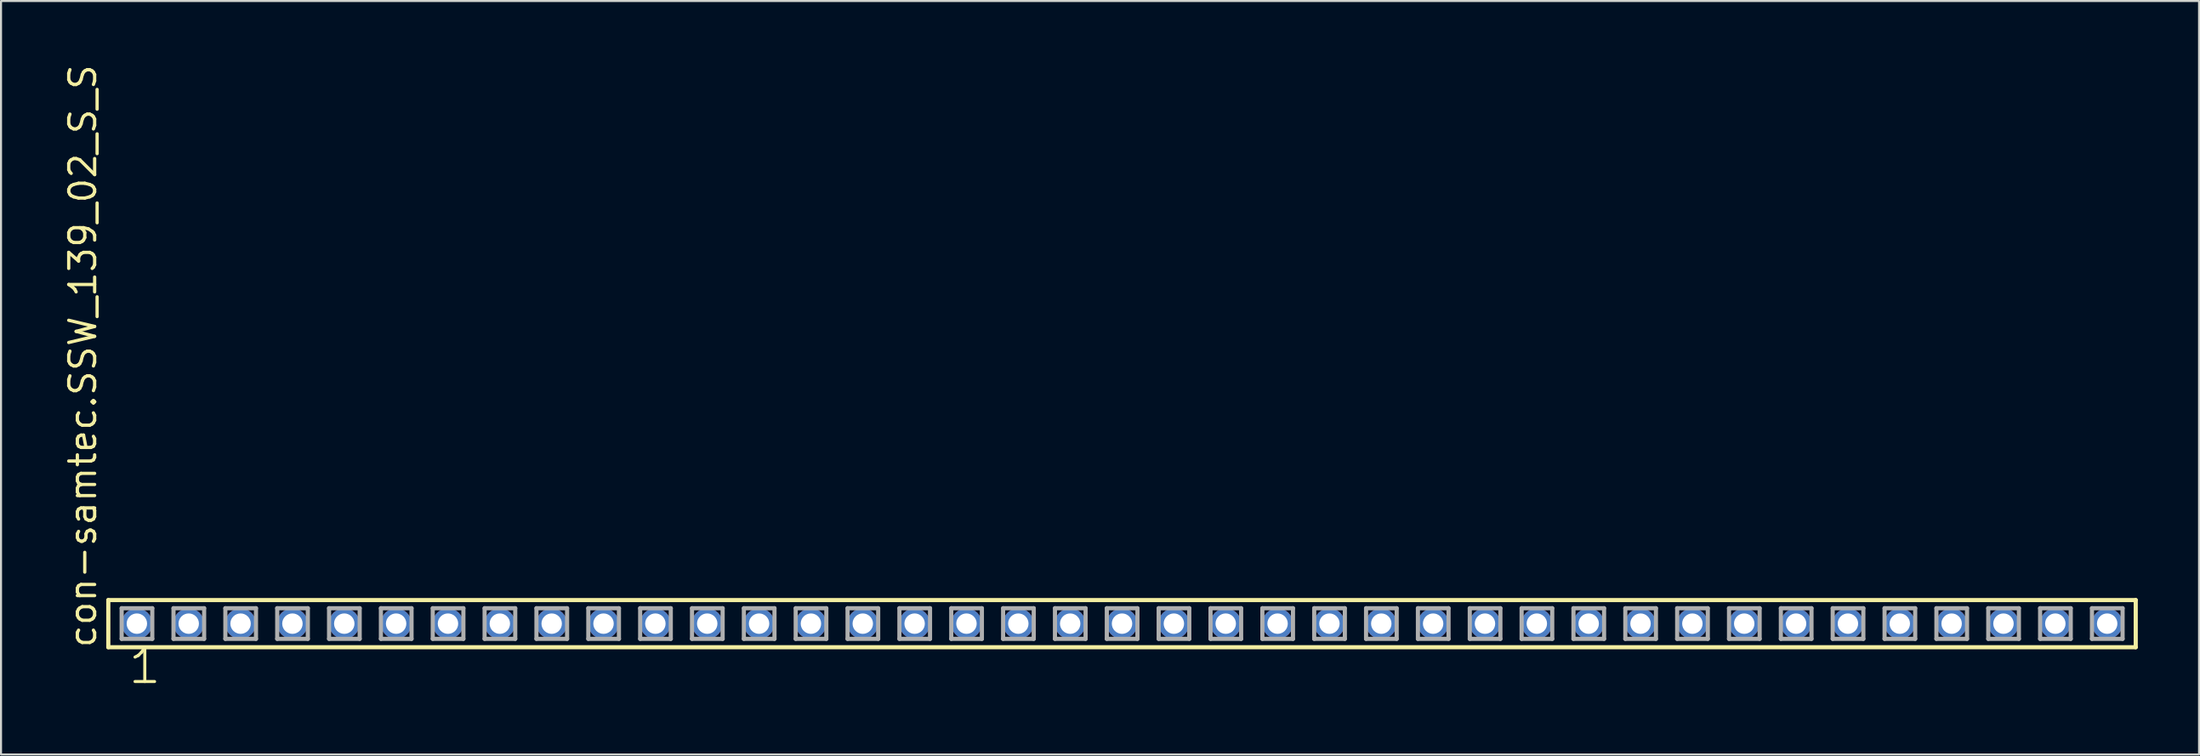
<source format=kicad_pcb>
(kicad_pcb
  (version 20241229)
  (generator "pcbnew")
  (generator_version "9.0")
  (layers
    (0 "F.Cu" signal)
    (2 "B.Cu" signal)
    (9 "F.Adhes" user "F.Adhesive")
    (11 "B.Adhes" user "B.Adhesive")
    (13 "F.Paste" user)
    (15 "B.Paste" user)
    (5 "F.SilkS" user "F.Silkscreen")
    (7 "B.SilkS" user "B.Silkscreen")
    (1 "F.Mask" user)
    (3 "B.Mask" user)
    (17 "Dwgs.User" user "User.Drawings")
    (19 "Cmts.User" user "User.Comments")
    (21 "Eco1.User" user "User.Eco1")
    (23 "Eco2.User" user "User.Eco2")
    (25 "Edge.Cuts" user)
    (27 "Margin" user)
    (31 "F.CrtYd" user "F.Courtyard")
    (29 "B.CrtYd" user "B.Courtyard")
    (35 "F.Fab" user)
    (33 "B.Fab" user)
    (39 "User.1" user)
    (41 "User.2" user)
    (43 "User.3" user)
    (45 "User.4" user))
  (footprint "con-samtec.SSW_139_02_S_S"
    (layer "F.Cu")
    (at 51.915 27.501)
    (property "Reference" "con-samtec.SSW_139_02_S_S" (at -50.165 1.27 90) (layer "F.SilkS") (effects (font (size 1.27 1.27) (thickness 0.16)) (justify left bottom)))
    (attr through_hole)
    (fp_line (start -49.659 -1.155) (end 49.659 -1.155) (stroke (width 0.203) (type default)) (layer "F.SilkS"))
    (fp_line (start -49.659 1.155) (end -49.659 -1.155) (stroke (width 0.203) (type default)) (layer "F.SilkS"))
    (fp_line (start 49.659 -1.155) (end 49.659 1.155) (stroke (width 0.203) (type default)) (layer "F.SilkS"))
    (fp_line (start 49.659 1.155) (end -49.659 1.155) (stroke (width 0.203) (type default)) (layer "F.SilkS"))
    (fp_line (start -49.005 -0.755) (end -47.505 -0.755) (stroke (width 0.203) (type default)) (layer "F.Fab"))
    (fp_line (start -49.005 0.745) (end -49.005 -0.755) (stroke (width 0.203) (type default)) (layer "F.Fab"))
    (fp_line (start -47.505 -0.755) (end -47.505 0.745) (stroke (width 0.203) (type default)) (layer "F.Fab"))
    (fp_line (start -47.505 0.745) (end -49.005 0.745) (stroke (width 0.203) (type default)) (layer "F.Fab"))
    (fp_line (start -46.465 -0.755) (end -44.965 -0.755) (stroke (width 0.203) (type default)) (layer "F.Fab"))
    (fp_line (start -46.465 0.745) (end -46.465 -0.755) (stroke (width 0.203) (type default)) (layer "F.Fab"))
    (fp_line (start -44.965 -0.755) (end -44.965 0.745) (stroke (width 0.203) (type default)) (layer "F.Fab"))
    (fp_line (start -44.965 0.745) (end -46.465 0.745) (stroke (width 0.203) (type default)) (layer "F.Fab"))
    (fp_line (start -43.925 -0.755) (end -42.425 -0.755) (stroke (width 0.203) (type default)) (layer "F.Fab"))
    (fp_line (start -43.925 0.745) (end -43.925 -0.755) (stroke (width 0.203) (type default)) (layer "F.Fab"))
    (fp_line (start -42.425 -0.755) (end -42.425 0.745) (stroke (width 0.203) (type default)) (layer "F.Fab"))
    (fp_line (start -42.425 0.745) (end -43.925 0.745) (stroke (width 0.203) (type default)) (layer "F.Fab"))
    (fp_line (start -41.385 -0.755) (end -39.885 -0.755) (stroke (width 0.203) (type default)) (layer "F.Fab"))
    (fp_line (start -41.385 0.745) (end -41.385 -0.755) (stroke (width 0.203) (type default)) (layer "F.Fab"))
    (fp_line (start -39.885 -0.755) (end -39.885 0.745) (stroke (width 0.203) (type default)) (layer "F.Fab"))
    (fp_line (start -39.885 0.745) (end -41.385 0.745) (stroke (width 0.203) (type default)) (layer "F.Fab"))
    (fp_line (start -38.845 -0.755) (end -37.345 -0.755) (stroke (width 0.203) (type default)) (layer "F.Fab"))
    (fp_line (start -38.845 0.745) (end -38.845 -0.755) (stroke (width 0.203) (type default)) (layer "F.Fab"))
    (fp_line (start -37.345 -0.755) (end -37.345 0.745) (stroke (width 0.203) (type default)) (layer "F.Fab"))
    (fp_line (start -37.345 0.745) (end -38.845 0.745) (stroke (width 0.203) (type default)) (layer "F.Fab"))
    (fp_line (start -36.305 -0.755) (end -34.805 -0.755) (stroke (width 0.203) (type default)) (layer "F.Fab"))
    (fp_line (start -36.305 0.745) (end -36.305 -0.755) (stroke (width 0.203) (type default)) (layer "F.Fab"))
    (fp_line (start -34.805 -0.755) (end -34.805 0.745) (stroke (width 0.203) (type default)) (layer "F.Fab"))
    (fp_line (start -34.805 0.745) (end -36.305 0.745) (stroke (width 0.203) (type default)) (layer "F.Fab"))
    (fp_line (start -33.765 -0.755) (end -32.265 -0.755) (stroke (width 0.203) (type default)) (layer "F.Fab"))
    (fp_line (start -33.765 0.745) (end -33.765 -0.755) (stroke (width 0.203) (type default)) (layer "F.Fab"))
    (fp_line (start -32.265 -0.755) (end -32.265 0.745) (stroke (width 0.203) (type default)) (layer "F.Fab"))
    (fp_line (start -32.265 0.745) (end -33.765 0.745) (stroke (width 0.203) (type default)) (layer "F.Fab"))
    (fp_line (start -31.225 -0.755) (end -29.725 -0.755) (stroke (width 0.203) (type default)) (layer "F.Fab"))
    (fp_line (start -31.225 0.745) (end -31.225 -0.755) (stroke (width 0.203) (type default)) (layer "F.Fab"))
    (fp_line (start -29.725 -0.755) (end -29.725 0.745) (stroke (width 0.203) (type default)) (layer "F.Fab"))
    (fp_line (start -29.725 0.745) (end -31.225 0.745) (stroke (width 0.203) (type default)) (layer "F.Fab"))
    (fp_line (start -28.685 -0.755) (end -27.185 -0.755) (stroke (width 0.203) (type default)) (layer "F.Fab"))
    (fp_line (start -28.685 0.745) (end -28.685 -0.755) (stroke (width 0.203) (type default)) (layer "F.Fab"))
    (fp_line (start -27.185 -0.755) (end -27.185 0.745) (stroke (width 0.203) (type default)) (layer "F.Fab"))
    (fp_line (start -27.185 0.745) (end -28.685 0.745) (stroke (width 0.203) (type default)) (layer "F.Fab"))
    (fp_line (start -26.145 -0.755) (end -24.645 -0.755) (stroke (width 0.203) (type default)) (layer "F.Fab"))
    (fp_line (start -26.145 0.745) (end -26.145 -0.755) (stroke (width 0.203) (type default)) (layer "F.Fab"))
    (fp_line (start -24.645 -0.755) (end -24.645 0.745) (stroke (width 0.203) (type default)) (layer "F.Fab"))
    (fp_line (start -24.645 0.745) (end -26.145 0.745) (stroke (width 0.203) (type default)) (layer "F.Fab"))
    (fp_line (start -23.605 -0.755) (end -22.105 -0.755) (stroke (width 0.203) (type default)) (layer "F.Fab"))
    (fp_line (start -23.605 0.745) (end -23.605 -0.755) (stroke (width 0.203) (type default)) (layer "F.Fab"))
    (fp_line (start -22.105 -0.755) (end -22.105 0.745) (stroke (width 0.203) (type default)) (layer "F.Fab"))
    (fp_line (start -22.105 0.745) (end -23.605 0.745) (stroke (width 0.203) (type default)) (layer "F.Fab"))
    (fp_line (start -21.065 -0.755) (end -19.565 -0.755) (stroke (width 0.203) (type default)) (layer "F.Fab"))
    (fp_line (start -21.065 0.745) (end -21.065 -0.755) (stroke (width 0.203) (type default)) (layer "F.Fab"))
    (fp_line (start -19.565 -0.755) (end -19.565 0.745) (stroke (width 0.203) (type default)) (layer "F.Fab"))
    (fp_line (start -19.565 0.745) (end -21.065 0.745) (stroke (width 0.203) (type default)) (layer "F.Fab"))
    (fp_line (start -18.525 -0.755) (end -17.025 -0.755) (stroke (width 0.203) (type default)) (layer "F.Fab"))
    (fp_line (start -18.525 0.745) (end -18.525 -0.755) (stroke (width 0.203) (type default)) (layer "F.Fab"))
    (fp_line (start -17.025 -0.755) (end -17.025 0.745) (stroke (width 0.203) (type default)) (layer "F.Fab"))
    (fp_line (start -17.025 0.745) (end -18.525 0.745) (stroke (width 0.203) (type default)) (layer "F.Fab"))
    (fp_line (start -15.985 -0.755) (end -14.485 -0.755) (stroke (width 0.203) (type default)) (layer "F.Fab"))
    (fp_line (start -15.985 0.745) (end -15.985 -0.755) (stroke (width 0.203) (type default)) (layer "F.Fab"))
    (fp_line (start -14.485 -0.755) (end -14.485 0.745) (stroke (width 0.203) (type default)) (layer "F.Fab"))
    (fp_line (start -14.485 0.745) (end -15.985 0.745) (stroke (width 0.203) (type default)) (layer "F.Fab"))
    (fp_line (start -13.445 -0.755) (end -11.945 -0.755) (stroke (width 0.203) (type default)) (layer "F.Fab"))
    (fp_line (start -13.445 0.745) (end -13.445 -0.755) (stroke (width 0.203) (type default)) (layer "F.Fab"))
    (fp_line (start -11.945 -0.755) (end -11.945 0.745) (stroke (width 0.203) (type default)) (layer "F.Fab"))
    (fp_line (start -11.945 0.745) (end -13.445 0.745) (stroke (width 0.203) (type default)) (layer "F.Fab"))
    (fp_line (start -10.905 -0.755) (end -9.405 -0.755) (stroke (width 0.203) (type default)) (layer "F.Fab"))
    (fp_line (start -10.905 0.745) (end -10.905 -0.755) (stroke (width 0.203) (type default)) (layer "F.Fab"))
    (fp_line (start -9.405 -0.755) (end -9.405 0.745) (stroke (width 0.203) (type default)) (layer "F.Fab"))
    (fp_line (start -9.405 0.745) (end -10.905 0.745) (stroke (width 0.203) (type default)) (layer "F.Fab"))
    (fp_line (start -8.365 -0.755) (end -6.865 -0.755) (stroke (width 0.203) (type default)) (layer "F.Fab"))
    (fp_line (start -8.365 0.745) (end -8.365 -0.755) (stroke (width 0.203) (type default)) (layer "F.Fab"))
    (fp_line (start -6.865 -0.755) (end -6.865 0.745) (stroke (width 0.203) (type default)) (layer "F.Fab"))
    (fp_line (start -6.865 0.745) (end -8.365 0.745) (stroke (width 0.203) (type default)) (layer "F.Fab"))
    (fp_line (start -5.825 -0.755) (end -4.325 -0.755) (stroke (width 0.203) (type default)) (layer "F.Fab"))
    (fp_line (start -5.825 0.745) (end -5.825 -0.755) (stroke (width 0.203) (type default)) (layer "F.Fab"))
    (fp_line (start -4.325 -0.755) (end -4.325 0.745) (stroke (width 0.203) (type default)) (layer "F.Fab"))
    (fp_line (start -4.325 0.745) (end -5.825 0.745) (stroke (width 0.203) (type default)) (layer "F.Fab"))
    (fp_line (start -3.285 -0.755) (end -1.785 -0.755) (stroke (width 0.203) (type default)) (layer "F.Fab"))
    (fp_line (start -3.285 0.745) (end -3.285 -0.755) (stroke (width 0.203) (type default)) (layer "F.Fab"))
    (fp_line (start -1.785 -0.755) (end -1.785 0.745) (stroke (width 0.203) (type default)) (layer "F.Fab"))
    (fp_line (start -1.785 0.745) (end -3.285 0.745) (stroke (width 0.203) (type default)) (layer "F.Fab"))
    (fp_line (start -0.745 -0.755) (end 0.755 -0.755) (stroke (width 0.203) (type default)) (layer "F.Fab"))
    (fp_line (start -0.745 0.745) (end -0.745 -0.755) (stroke (width 0.203) (type default)) (layer "F.Fab"))
    (fp_line (start 0.755 -0.755) (end 0.755 0.745) (stroke (width 0.203) (type default)) (layer "F.Fab"))
    (fp_line (start 0.755 0.745) (end -0.745 0.745) (stroke (width 0.203) (type default)) (layer "F.Fab"))
    (fp_line (start 1.795 -0.755) (end 3.295 -0.755) (stroke (width 0.203) (type default)) (layer "F.Fab"))
    (fp_line (start 1.795 0.745) (end 1.795 -0.755) (stroke (width 0.203) (type default)) (layer "F.Fab"))
    (fp_line (start 3.295 -0.755) (end 3.295 0.745) (stroke (width 0.203) (type default)) (layer "F.Fab"))
    (fp_line (start 3.295 0.745) (end 1.795 0.745) (stroke (width 0.203) (type default)) (layer "F.Fab"))
    (fp_line (start 4.335 -0.755) (end 5.835 -0.755) (stroke (width 0.203) (type default)) (layer "F.Fab"))
    (fp_line (start 4.335 0.745) (end 4.335 -0.755) (stroke (width 0.203) (type default)) (layer "F.Fab"))
    (fp_line (start 5.835 -0.755) (end 5.835 0.745) (stroke (width 0.203) (type default)) (layer "F.Fab"))
    (fp_line (start 5.835 0.745) (end 4.335 0.745) (stroke (width 0.203) (type default)) (layer "F.Fab"))
    (fp_line (start 6.875 -0.755) (end 8.375 -0.755) (stroke (width 0.203) (type default)) (layer "F.Fab"))
    (fp_line (start 6.875 0.745) (end 6.875 -0.755) (stroke (width 0.203) (type default)) (layer "F.Fab"))
    (fp_line (start 8.375 -0.755) (end 8.375 0.745) (stroke (width 0.203) (type default)) (layer "F.Fab"))
    (fp_line (start 8.375 0.745) (end 6.875 0.745) (stroke (width 0.203) (type default)) (layer "F.Fab"))
    (fp_line (start 9.415 -0.755) (end 10.915 -0.755) (stroke (width 0.203) (type default)) (layer "F.Fab"))
    (fp_line (start 9.415 0.745) (end 9.415 -0.755) (stroke (width 0.203) (type default)) (layer "F.Fab"))
    (fp_line (start 10.915 -0.755) (end 10.915 0.745) (stroke (width 0.203) (type default)) (layer "F.Fab"))
    (fp_line (start 10.915 0.745) (end 9.415 0.745) (stroke (width 0.203) (type default)) (layer "F.Fab"))
    (fp_line (start 11.955 -0.755) (end 13.455 -0.755) (stroke (width 0.203) (type default)) (layer "F.Fab"))
    (fp_line (start 11.955 0.745) (end 11.955 -0.755) (stroke (width 0.203) (type default)) (layer "F.Fab"))
    (fp_line (start 13.455 -0.755) (end 13.455 0.745) (stroke (width 0.203) (type default)) (layer "F.Fab"))
    (fp_line (start 13.455 0.745) (end 11.955 0.745) (stroke (width 0.203) (type default)) (layer "F.Fab"))
    (fp_line (start 14.495 -0.755) (end 15.995 -0.755) (stroke (width 0.203) (type default)) (layer "F.Fab"))
    (fp_line (start 14.495 0.745) (end 14.495 -0.755) (stroke (width 0.203) (type default)) (layer "F.Fab"))
    (fp_line (start 15.995 -0.755) (end 15.995 0.745) (stroke (width 0.203) (type default)) (layer "F.Fab"))
    (fp_line (start 15.995 0.745) (end 14.495 0.745) (stroke (width 0.203) (type default)) (layer "F.Fab"))
    (fp_line (start 17.035 -0.755) (end 18.535 -0.755) (stroke (width 0.203) (type default)) (layer "F.Fab"))
    (fp_line (start 17.035 0.745) (end 17.035 -0.755) (stroke (width 0.203) (type default)) (layer "F.Fab"))
    (fp_line (start 18.535 -0.755) (end 18.535 0.745) (stroke (width 0.203) (type default)) (layer "F.Fab"))
    (fp_line (start 18.535 0.745) (end 17.035 0.745) (stroke (width 0.203) (type default)) (layer "F.Fab"))
    (fp_line (start 19.575 -0.755) (end 21.075 -0.755) (stroke (width 0.203) (type default)) (layer "F.Fab"))
    (fp_line (start 19.575 0.745) (end 19.575 -0.755) (stroke (width 0.203) (type default)) (layer "F.Fab"))
    (fp_line (start 21.075 -0.755) (end 21.075 0.745) (stroke (width 0.203) (type default)) (layer "F.Fab"))
    (fp_line (start 21.075 0.745) (end 19.575 0.745) (stroke (width 0.203) (type default)) (layer "F.Fab"))
    (fp_line (start 22.115 -0.755) (end 23.615 -0.755) (stroke (width 0.203) (type default)) (layer "F.Fab"))
    (fp_line (start 22.115 0.745) (end 22.115 -0.755) (stroke (width 0.203) (type default)) (layer "F.Fab"))
    (fp_line (start 23.615 -0.755) (end 23.615 0.745) (stroke (width 0.203) (type default)) (layer "F.Fab"))
    (fp_line (start 23.615 0.745) (end 22.115 0.745) (stroke (width 0.203) (type default)) (layer "F.Fab"))
    (fp_line (start 24.655 -0.755) (end 26.155 -0.755) (stroke (width 0.203) (type default)) (layer "F.Fab"))
    (fp_line (start 24.655 0.745) (end 24.655 -0.755) (stroke (width 0.203) (type default)) (layer "F.Fab"))
    (fp_line (start 26.155 -0.755) (end 26.155 0.745) (stroke (width 0.203) (type default)) (layer "F.Fab"))
    (fp_line (start 26.155 0.745) (end 24.655 0.745) (stroke (width 0.203) (type default)) (layer "F.Fab"))
    (fp_line (start 27.195 -0.755) (end 28.695 -0.755) (stroke (width 0.203) (type default)) (layer "F.Fab"))
    (fp_line (start 27.195 0.745) (end 27.195 -0.755) (stroke (width 0.203) (type default)) (layer "F.Fab"))
    (fp_line (start 28.695 -0.755) (end 28.695 0.745) (stroke (width 0.203) (type default)) (layer "F.Fab"))
    (fp_line (start 28.695 0.745) (end 27.195 0.745) (stroke (width 0.203) (type default)) (layer "F.Fab"))
    (fp_line (start 29.735 -0.755) (end 31.235 -0.755) (stroke (width 0.203) (type default)) (layer "F.Fab"))
    (fp_line (start 29.735 0.745) (end 29.735 -0.755) (stroke (width 0.203) (type default)) (layer "F.Fab"))
    (fp_line (start 31.235 -0.755) (end 31.235 0.745) (stroke (width 0.203) (type default)) (layer "F.Fab"))
    (fp_line (start 31.235 0.745) (end 29.735 0.745) (stroke (width 0.203) (type default)) (layer "F.Fab"))
    (fp_line (start 32.275 -0.755) (end 33.775 -0.755) (stroke (width 0.203) (type default)) (layer "F.Fab"))
    (fp_line (start 32.275 0.745) (end 32.275 -0.755) (stroke (width 0.203) (type default)) (layer "F.Fab"))
    (fp_line (start 33.775 -0.755) (end 33.775 0.745) (stroke (width 0.203) (type default)) (layer "F.Fab"))
    (fp_line (start 33.775 0.745) (end 32.275 0.745) (stroke (width 0.203) (type default)) (layer "F.Fab"))
    (fp_line (start 34.815 -0.755) (end 36.315 -0.755) (stroke (width 0.203) (type default)) (layer "F.Fab"))
    (fp_line (start 34.815 0.745) (end 34.815 -0.755) (stroke (width 0.203) (type default)) (layer "F.Fab"))
    (fp_line (start 36.315 -0.755) (end 36.315 0.745) (stroke (width 0.203) (type default)) (layer "F.Fab"))
    (fp_line (start 36.315 0.745) (end 34.815 0.745) (stroke (width 0.203) (type default)) (layer "F.Fab"))
    (fp_line (start 37.355 -0.755) (end 38.855 -0.755) (stroke (width 0.203) (type default)) (layer "F.Fab"))
    (fp_line (start 37.355 0.745) (end 37.355 -0.755) (stroke (width 0.203) (type default)) (layer "F.Fab"))
    (fp_line (start 38.855 -0.755) (end 38.855 0.745) (stroke (width 0.203) (type default)) (layer "F.Fab"))
    (fp_line (start 38.855 0.745) (end 37.355 0.745) (stroke (width 0.203) (type default)) (layer "F.Fab"))
    (fp_line (start 39.895 -0.755) (end 41.395 -0.755) (stroke (width 0.203) (type default)) (layer "F.Fab"))
    (fp_line (start 39.895 0.745) (end 39.895 -0.755) (stroke (width 0.203) (type default)) (layer "F.Fab"))
    (fp_line (start 41.395 -0.755) (end 41.395 0.745) (stroke (width 0.203) (type default)) (layer "F.Fab"))
    (fp_line (start 41.395 0.745) (end 39.895 0.745) (stroke (width 0.203) (type default)) (layer "F.Fab"))
    (fp_line (start 42.435 -0.755) (end 43.935 -0.755) (stroke (width 0.203) (type default)) (layer "F.Fab"))
    (fp_line (start 42.435 0.745) (end 42.435 -0.755) (stroke (width 0.203) (type default)) (layer "F.Fab"))
    (fp_line (start 43.935 -0.755) (end 43.935 0.745) (stroke (width 0.203) (type default)) (layer "F.Fab"))
    (fp_line (start 43.935 0.745) (end 42.435 0.745) (stroke (width 0.203) (type default)) (layer "F.Fab"))
    (fp_line (start 44.975 -0.755) (end 46.475 -0.755) (stroke (width 0.203) (type default)) (layer "F.Fab"))
    (fp_line (start 44.975 0.745) (end 44.975 -0.755) (stroke (width 0.203) (type default)) (layer "F.Fab"))
    (fp_line (start 46.475 -0.755) (end 46.475 0.745) (stroke (width 0.203) (type default)) (layer "F.Fab"))
    (fp_line (start 46.475 0.745) (end 44.975 0.745) (stroke (width 0.203) (type default)) (layer "F.Fab"))
    (fp_line (start 47.515 -0.755) (end 49.015 -0.755) (stroke (width 0.203) (type default)) (layer "F.Fab"))
    (fp_line (start 47.515 0.745) (end 47.515 -0.755) (stroke (width 0.203) (type default)) (layer "F.Fab"))
    (fp_line (start 49.015 -0.755) (end 49.015 0.745) (stroke (width 0.203) (type default)) (layer "F.Fab"))
    (fp_line (start 49.015 0.745) (end 47.515 0.745) (stroke (width 0.203) (type default)) (layer "F.Fab"))
    (fp_text user "1" (at -48.768 3.048 0) (layer "F.SilkS") (effects (font (size 1.676 1.676) (thickness 0.15)) (justify left bottom)))
    (pad "1" thru_hole circle (at -48.26 0) (size 1.5 1.5) (drill 1) (layers "*.Cu" "*.Mask"))
    (pad "2" thru_hole circle (at -45.72 0) (size 1.5 1.5) (drill 1) (layers "*.Cu" "*.Mask"))
    (pad "3" thru_hole circle (at -43.18 0) (size 1.5 1.5) (drill 1) (layers "*.Cu" "*.Mask"))
    (pad "4" thru_hole circle (at -40.64 0) (size 1.5 1.5) (drill 1) (layers "*.Cu" "*.Mask"))
    (pad "5" thru_hole circle (at -38.1 0) (size 1.5 1.5) (drill 1) (layers "*.Cu" "*.Mask"))
    (pad "6" thru_hole circle (at -35.56 0) (size 1.5 1.5) (drill 1) (layers "*.Cu" "*.Mask"))
    (pad "7" thru_hole circle (at -33.02 0) (size 1.5 1.5) (drill 1) (layers "*.Cu" "*.Mask"))
    (pad "8" thru_hole circle (at -30.48 0) (size 1.5 1.5) (drill 1) (layers "*.Cu" "*.Mask"))
    (pad "9" thru_hole circle (at -27.94 0) (size 1.5 1.5) (drill 1) (layers "*.Cu" "*.Mask"))
    (pad "10" thru_hole circle (at -25.4 0) (size 1.5 1.5) (drill 1) (layers "*.Cu" "*.Mask"))
    (pad "11" thru_hole circle (at -22.86 0) (size 1.5 1.5) (drill 1) (layers "*.Cu" "*.Mask"))
    (pad "12" thru_hole circle (at -20.32 0) (size 1.5 1.5) (drill 1) (layers "*.Cu" "*.Mask"))
    (pad "13" thru_hole circle (at -17.78 0) (size 1.5 1.5) (drill 1) (layers "*.Cu" "*.Mask"))
    (pad "14" thru_hole circle (at -15.24 0) (size 1.5 1.5) (drill 1) (layers "*.Cu" "*.Mask"))
    (pad "15" thru_hole circle (at -12.7 0) (size 1.5 1.5) (drill 1) (layers "*.Cu" "*.Mask"))
    (pad "16" thru_hole circle (at -10.16 0) (size 1.5 1.5) (drill 1) (layers "*.Cu" "*.Mask"))
    (pad "17" thru_hole circle (at -7.62 0) (size 1.5 1.5) (drill 1) (layers "*.Cu" "*.Mask"))
    (pad "18" thru_hole circle (at -5.08 0) (size 1.5 1.5) (drill 1) (layers "*.Cu" "*.Mask"))
    (pad "19" thru_hole circle (at -2.54 0) (size 1.5 1.5) (drill 1) (layers "*.Cu" "*.Mask"))
    (pad "20" thru_hole circle (at 0 0) (size 1.5 1.5) (drill 1) (layers "*.Cu" "*.Mask"))
    (pad "21" thru_hole circle (at 2.54 0) (size 1.5 1.5) (drill 1) (layers "*.Cu" "*.Mask"))
    (pad "22" thru_hole circle (at 5.08 0) (size 1.5 1.5) (drill 1) (layers "*.Cu" "*.Mask"))
    (pad "23" thru_hole circle (at 7.62 0) (size 1.5 1.5) (drill 1) (layers "*.Cu" "*.Mask"))
    (pad "24" thru_hole circle (at 10.16 0) (size 1.5 1.5) (drill 1) (layers "*.Cu" "*.Mask"))
    (pad "25" thru_hole circle (at 12.7 0) (size 1.5 1.5) (drill 1) (layers "*.Cu" "*.Mask"))
    (pad "26" thru_hole circle (at 15.24 0) (size 1.5 1.5) (drill 1) (layers "*.Cu" "*.Mask"))
    (pad "27" thru_hole circle (at 17.78 0) (size 1.5 1.5) (drill 1) (layers "*.Cu" "*.Mask"))
    (pad "28" thru_hole circle (at 20.32 0) (size 1.5 1.5) (drill 1) (layers "*.Cu" "*.Mask"))
    (pad "29" thru_hole circle (at 22.86 0) (size 1.5 1.5) (drill 1) (layers "*.Cu" "*.Mask"))
    (pad "30" thru_hole circle (at 25.4 0) (size 1.5 1.5) (drill 1) (layers "*.Cu" "*.Mask"))
    (pad "31" thru_hole circle (at 27.94 0) (size 1.5 1.5) (drill 1) (layers "*.Cu" "*.Mask"))
    (pad "32" thru_hole circle (at 30.48 0) (size 1.5 1.5) (drill 1) (layers "*.Cu" "*.Mask"))
    (pad "33" thru_hole circle (at 33.02 0) (size 1.5 1.5) (drill 1) (layers "*.Cu" "*.Mask"))
    (pad "34" thru_hole circle (at 35.56 0) (size 1.5 1.5) (drill 1) (layers "*.Cu" "*.Mask"))
    (pad "35" thru_hole circle (at 38.1 0) (size 1.5 1.5) (drill 1) (layers "*.Cu" "*.Mask"))
    (pad "36" thru_hole circle (at 40.64 0) (size 1.5 1.5) (drill 1) (layers "*.Cu" "*.Mask"))
    (pad "37" thru_hole circle (at 43.18 0) (size 1.5 1.5) (drill 1) (layers "*.Cu" "*.Mask"))
    (pad "38" thru_hole circle (at 45.72 0) (size 1.5 1.5) (drill 1) (layers "*.Cu" "*.Mask"))
    (pad "39" thru_hole circle (at 48.26 0) (size 1.5 1.5) (drill 1) (layers "*.Cu" "*.Mask")))
  (gr_rect
    (start -3 -3)
    (end 104.676 33.91)
    (stroke (width 0.1) (type default))
    (fill no)
    (layer "Edge.Cuts")))
</source>
